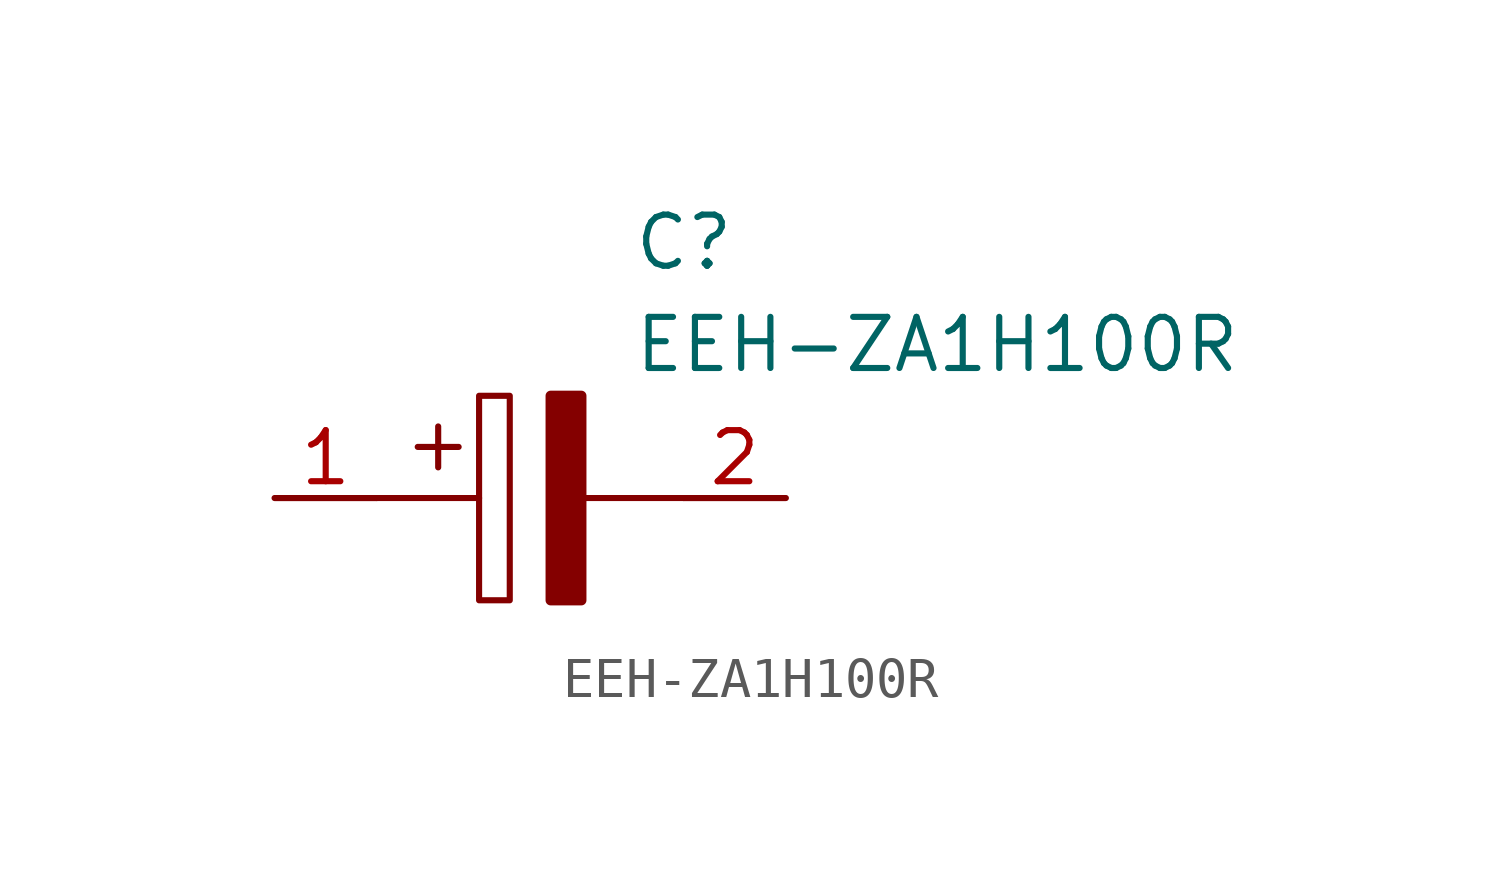
<source format=kicad_sym>
(kicad_symbol_lib
  (version 20211014)
  (generator kicad_symbol_editor)
  (symbol "EEH-ZA1H100R"
    (pin_names
      (offset 0.762))
    (property "Reference" "C"
      (at 8.89 6.35 0)
      (effects (font (size 1.27 1.27)) (justify left)))
    (property "Value" "EEH-ZA1H100R"
      (at 8.89 3.81 0)
      (effects (font (size 1.27 1.27)) (justify left)))
    (symbol "EEH-ZA1H100R_0_0"
      (pin passive line (at 0 0 0) (length 2.54) (name "~" (effects (font (size 1.27 1.27)))) (number "1" (effects (font (size 1.27 1.27)))))
      (pin passive line (at 12.7 0 180) (length 2.54) (name "~" (effects (font (size 1.27 1.27)))) (number "2" (effects (font (size 1.27 1.27))))))
    (symbol "EEH-ZA1H100R_0_1"
      (polyline (pts (xy 2.54 0) (xy 5.08 0)) (stroke (width 0.152) (type default) (color 0 0 0 0)) (fill (type none)))
      (polyline (pts (xy 4.064 1.778) (xy 4.064 0.762)) (stroke (width 0.152) (type default) (color 0 0 0 0)) (fill (type none)))
      (polyline (pts (xy 4.572 1.27) (xy 3.556 1.27)) (stroke (width 0.152) (type default) (color 0 0 0 0)) (fill (type none)))
      (polyline (pts (xy 7.62 0) (xy 10.16 0)) (stroke (width 0.152) (type default) (color 0 0 0 0)) (fill (type none)))
      (polyline (pts (xy 5.08 2.54) (xy 5.08 -2.54) (xy 5.842 -2.54) (xy 5.842 2.54) (xy 5.08 2.54)) (stroke (width 0.152) (type default) (color 0 0 0 0)) (fill (type none)))
      (polyline (pts (xy 7.62 2.54) (xy 7.62 -2.54) (xy 6.858 -2.54) (xy 6.858 2.54) (xy 7.62 2.54)) (stroke (width 0.254) (type default) (color 0 0 0 0)) (fill (type outline))))))
</source>
